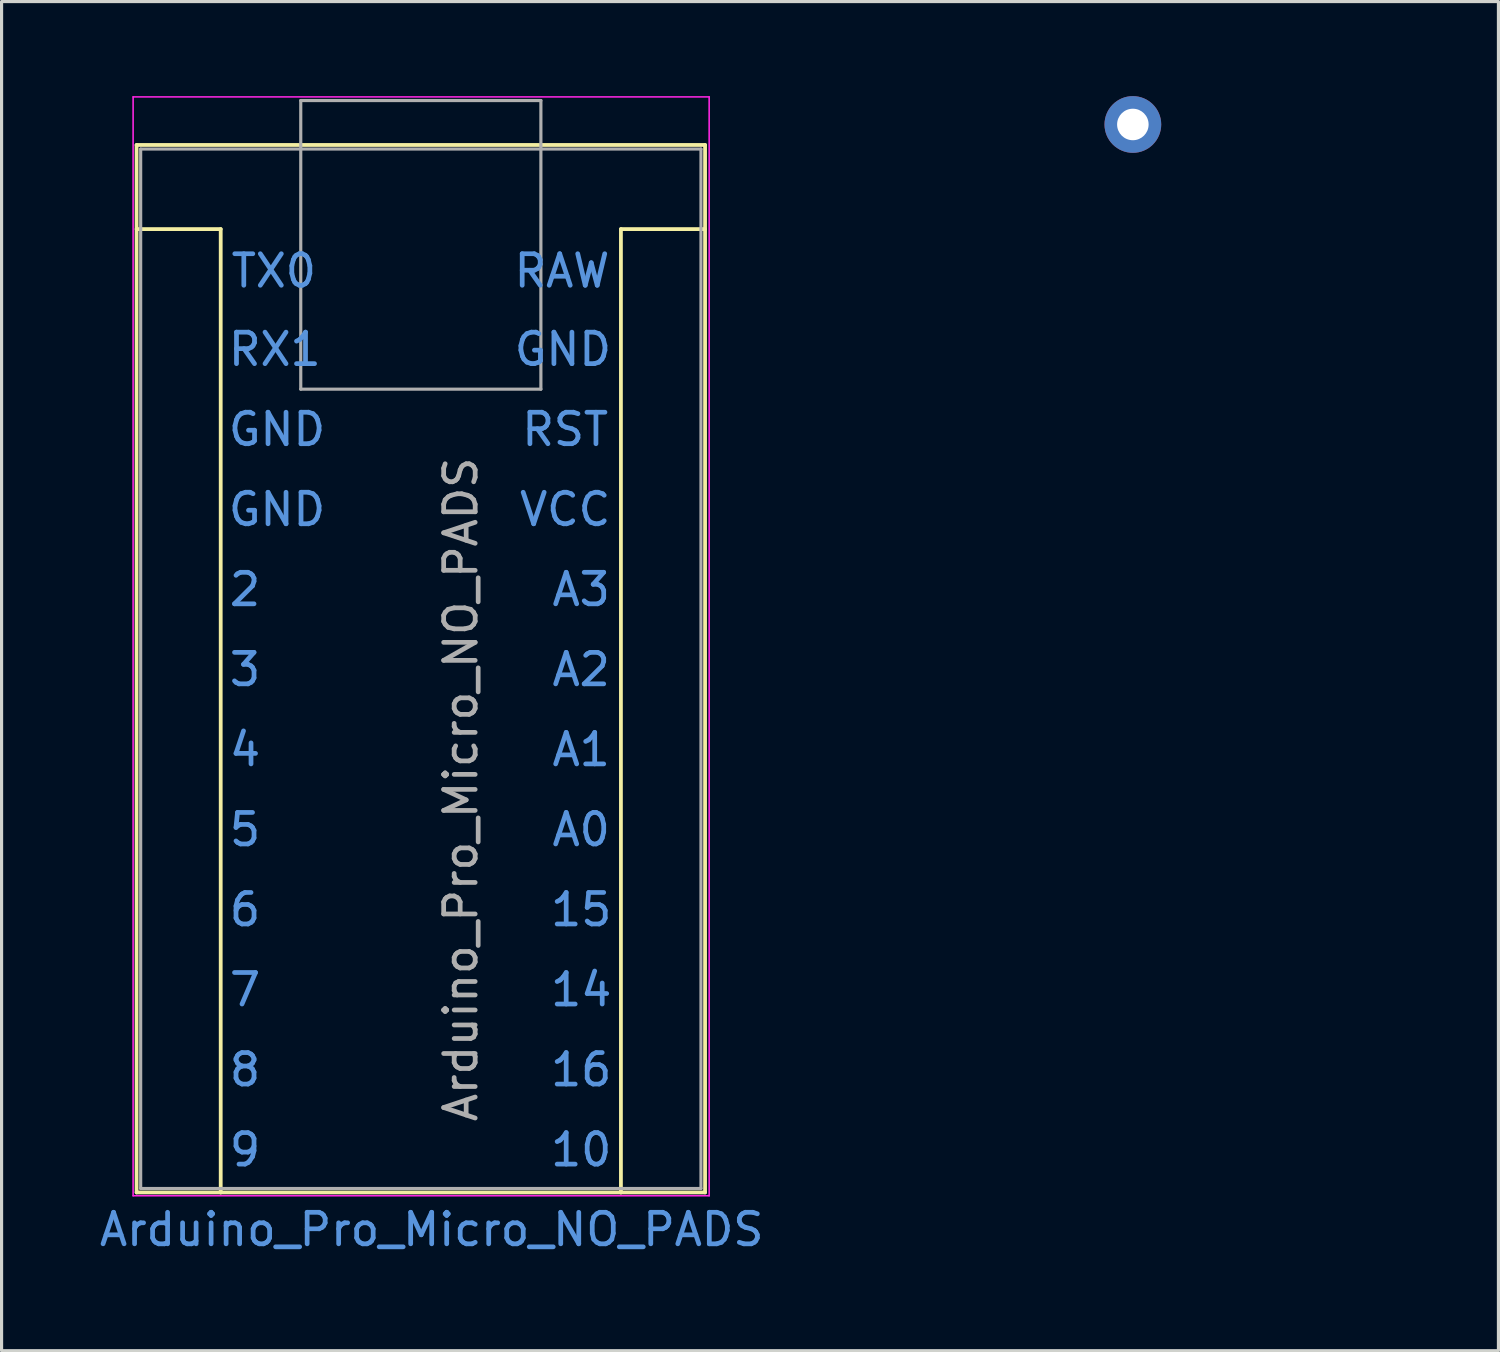
<source format=kicad_pcb>
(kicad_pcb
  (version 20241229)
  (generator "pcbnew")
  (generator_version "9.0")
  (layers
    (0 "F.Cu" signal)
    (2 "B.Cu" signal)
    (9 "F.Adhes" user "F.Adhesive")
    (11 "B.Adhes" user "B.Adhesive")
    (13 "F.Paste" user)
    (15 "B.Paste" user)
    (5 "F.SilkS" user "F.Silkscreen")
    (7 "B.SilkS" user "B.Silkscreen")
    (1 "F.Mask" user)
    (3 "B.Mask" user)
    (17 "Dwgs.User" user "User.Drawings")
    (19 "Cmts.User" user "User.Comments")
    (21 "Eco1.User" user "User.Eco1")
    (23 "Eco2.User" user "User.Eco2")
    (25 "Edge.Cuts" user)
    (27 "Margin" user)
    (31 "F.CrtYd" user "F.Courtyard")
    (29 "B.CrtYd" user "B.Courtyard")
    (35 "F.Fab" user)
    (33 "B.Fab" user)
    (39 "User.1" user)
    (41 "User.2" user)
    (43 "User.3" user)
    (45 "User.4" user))
  (footprint "Arduino_Pro_Micro_NO_PADS"
    (layer "F.Cu")
    (at 2.693 5.496)
    (property "Reference" "Arduino_Pro_Micro_NO_PADS" (at 7.956 30.469 180) (layer "Cmts.User") (effects (font (size 1 1) (thickness 0.15))))
    (attr through_hole)
    (fp_line (start -1.409 -3.946) (end -1.409 29.294) (stroke (width 0.12) (type solid)) (layer "F.SilkS"))
    (fp_line (start 1.261 -1.276) (end -1.409 -1.276) (stroke (width 0.12) (type solid)) (layer "F.SilkS"))
    (fp_line (start 1.261 29.294) (end -1.409 29.294) (stroke (width 0.12) (type solid)) (layer "F.SilkS"))
    (fp_line (start 1.261 29.294) (end 1.261 -1.276) (stroke (width 0.12) (type solid)) (layer "F.SilkS"))
    (fp_line (start 1.261 29.294) (end 13.961 29.294) (stroke (width 0.12) (type solid)) (layer "F.SilkS"))
    (fp_line (start 13.961 -1.276) (end 16.631 -1.276) (stroke (width 0.12) (type solid)) (layer "F.SilkS"))
    (fp_line (start 13.961 29.294) (end 13.961 -1.276) (stroke (width 0.12) (type solid)) (layer "F.SilkS"))
    (fp_line (start 13.961 29.294) (end 16.631 29.294) (stroke (width 0.12) (type solid)) (layer "F.SilkS"))
    (fp_line (start 16.631 -3.946) (end -1.409 -3.946) (stroke (width 0.12) (type solid)) (layer "F.SilkS"))
    (fp_line (start 16.631 29.294) (end 16.631 -3.946) (stroke (width 0.12) (type solid)) (layer "F.SilkS"))
    (fp_line (start -1.519 -5.471) (end -1.519 29.399) (stroke (width 0.05) (type solid)) (layer "F.CrtYd"))
    (fp_line (start -1.519 -5.471) (end 16.761 -5.471) (stroke (width 0.05) (type solid)) (layer "F.CrtYd"))
    (fp_line (start 16.761 29.399) (end -1.519 29.399) (stroke (width 0.05) (type solid)) (layer "F.CrtYd"))
    (fp_line (start 16.761 29.399) (end 16.761 -5.471) (stroke (width 0.05) (type solid)) (layer "F.CrtYd"))
    (fp_line (start -1.279 -3.816) (end 16.501 -3.816) (stroke (width 0.1) (type solid)) (layer "F.Fab"))
    (fp_line (start -1.279 29.169) (end -1.279 -3.816) (stroke (width 0.1) (type solid)) (layer "F.Fab"))
    (fp_line (start 3.801 -5.356) (end 11.421 -5.356) (stroke (width 0.1) (type solid)) (layer "F.Fab"))
    (fp_line (start 3.801 3.804) (end 3.801 -5.356) (stroke (width 0.1) (type solid)) (layer "F.Fab"))
    (fp_line (start 11.421 -5.356) (end 11.421 3.804) (stroke (width 0.1) (type solid)) (layer "F.Fab"))
    (fp_line (start 11.421 3.804) (end 3.801 3.804) (stroke (width 0.1) (type solid)) (layer "F.Fab"))
    (fp_line (start 16.501 -3.816) (end 16.501 29.169) (stroke (width 0.1) (type solid)) (layer "F.Fab"))
    (fp_line (start 16.501 29.169) (end -1.279 29.169) (stroke (width 0.1) (type solid)) (layer "F.Fab"))
    (fp_text user "5" (at 2.032 17.78 0) (layer "Cmts.User") (effects (font (size 1 1) (thickness 0.15))))
    (fp_text user "7" (at 2.032 22.86 0) (layer "Cmts.User") (effects (font (size 1 1) (thickness 0.15))))
    (fp_text user "A3" (at 12.7 10.16 0) (layer "Cmts.User") (effects (font (size 1 1) (thickness 0.15))))
    (fp_text user "16" (at 12.7 25.4 0) (layer "Cmts.User") (effects (font (size 1 1) (thickness 0.15))))
    (fp_text user "9" (at 2.032 27.94 0) (layer "Cmts.User") (effects (font (size 1 1) (thickness 0.15))))
    (fp_text user "6" (at 2.032 20.32 0) (layer "Cmts.User") (effects (font (size 1 1) (thickness 0.15))))
    (fp_text user "8" (at 2.032 25.4 0) (layer "Cmts.User") (effects (font (size 1 1) (thickness 0.15))))
    (fp_text user "A1" (at 12.7 15.24 0) (layer "Cmts.User") (effects (font (size 1 1) (thickness 0.15))))
    (fp_text user "VCC" (at 12.192 7.62 0) (layer "Cmts.User") (effects (font (size 1 1) (thickness 0.15))))
    (fp_text user "GND" (at 12.12 2.539 0) (layer "Cmts.User") (effects (font (size 1 1) (thickness 0.15))))
    (fp_text user "A2" (at 12.7 12.7 0) (layer "Cmts.User") (effects (font (size 1 1) (thickness 0.15))))
    (fp_text user "A0" (at 12.7 17.78 0) (layer "Cmts.User") (effects (font (size 1 1) (thickness 0.15))))
    (fp_text user "3" (at 2.032 12.7 0) (layer "Cmts.User") (effects (font (size 1 1) (thickness 0.15))))
    (fp_text user "RX1" (at 2.976 2.539 0) (layer "Cmts.User") (effects (font (size 1 1) (thickness 0.15))))
    (fp_text user "4" (at 2.032 15.24 0) (layer "Cmts.User") (effects (font (size 1 1) (thickness 0.15))))
    (fp_text user "GND" (at 3.048 5.08 0) (layer "Cmts.User") (effects (font (size 1 1) (thickness 0.15))))
    (fp_text user "RAW" (at 12.09 0.051 0) (layer "Cmts.User") (effects (font (size 1 1) (thickness 0.15))))
    (fp_text user "2" (at 2.032 10.16 0) (layer "Cmts.User") (effects (font (size 1 1) (thickness 0.15))))
    (fp_text user "TX0" (at 2.946 0.051 0) (layer "Cmts.User") (effects (font (size 1 1) (thickness 0.15))))
    (fp_text user "14" (at 12.7 22.86 0) (layer "Cmts.User") (effects (font (size 1 1) (thickness 0.15))))
    (fp_text user "15" (at 12.7 20.32 0) (layer "Cmts.User") (effects (font (size 1 1) (thickness 0.15))))
    (fp_text user "GND" (at 3.048 7.62 0) (layer "Cmts.User") (effects (font (size 1 1) (thickness 0.15))))
    (fp_text user "RST" (at 12.192 5.08 0) (layer "Cmts.User") (effects (font (size 1 1) (thickness 0.15))))
    (fp_text user "10" (at 12.7 27.94 0) (layer "Cmts.User") (effects (font (size 1 1) (thickness 0.15))))
    (fp_text user "${REFERENCE}" (at 8.881 16.504 270) (layer "F.Fab") (effects (font (size 1 1) (thickness 0.15)))))
  (footprint "Protoboard_pad_single"
    (layer "F.Cu")
    (at 32.899 0.9)
    (property "Reference" "Protoboard_pad_single" (at 0 2.032 0) (layer "Eco1.User") (effects (font (size 1 1) (thickness 0.15))))
    (attr through_hole)
    (pad "1" thru_hole circle (at 0 0) (size 1.8 1.8) (drill 1) (layers "*.Cu" "*.Mask")))
  (gr_rect
    (start -3 -3)
    (end 44.5 39.813)
    (stroke (width 0.1) (type default))
    (fill no)
    (layer "Edge.Cuts")))
</source>
